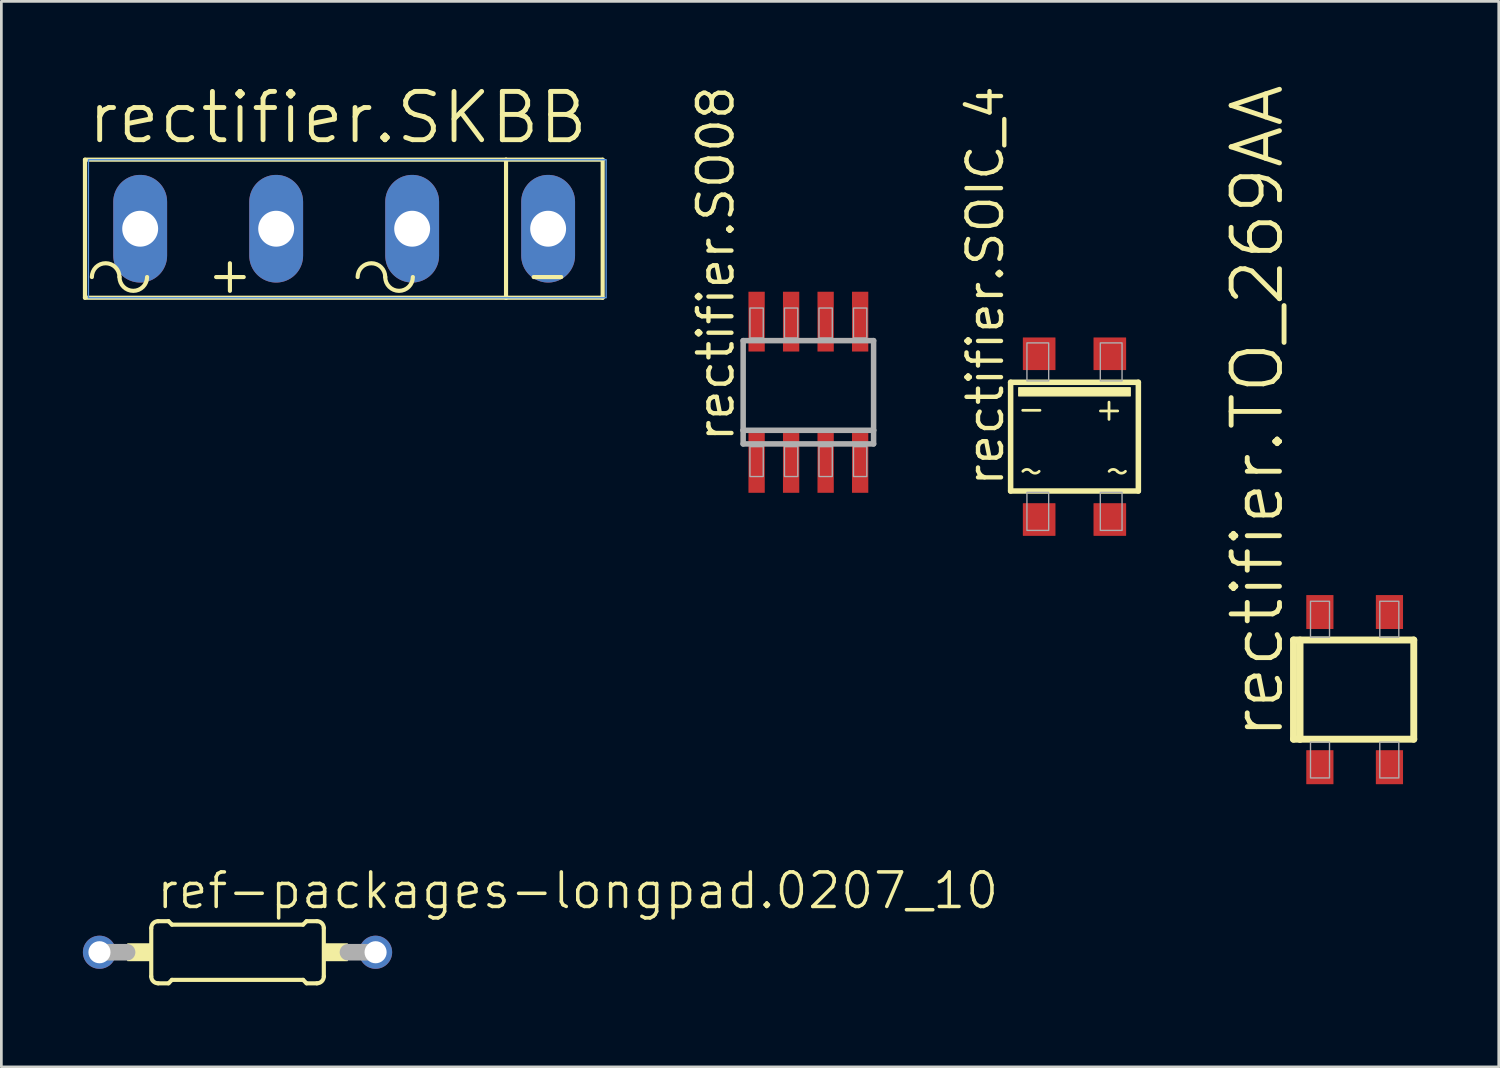
<source format=kicad_pcb>
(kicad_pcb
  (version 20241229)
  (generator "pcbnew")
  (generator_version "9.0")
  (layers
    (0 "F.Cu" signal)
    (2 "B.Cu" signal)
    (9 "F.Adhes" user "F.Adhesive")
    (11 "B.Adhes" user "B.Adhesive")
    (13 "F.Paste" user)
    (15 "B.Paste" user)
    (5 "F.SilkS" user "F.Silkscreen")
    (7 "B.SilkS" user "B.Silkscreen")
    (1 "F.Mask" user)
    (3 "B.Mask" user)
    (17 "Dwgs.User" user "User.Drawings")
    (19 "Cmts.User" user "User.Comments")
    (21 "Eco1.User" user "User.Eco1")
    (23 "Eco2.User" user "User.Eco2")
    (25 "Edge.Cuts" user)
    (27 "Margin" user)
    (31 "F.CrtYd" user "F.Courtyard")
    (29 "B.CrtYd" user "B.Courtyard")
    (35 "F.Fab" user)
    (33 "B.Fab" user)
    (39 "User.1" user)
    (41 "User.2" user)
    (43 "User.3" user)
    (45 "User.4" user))
  (footprint "rectifier.SO08"
    (layer "F.Cu")
    (at 26.695 11.384)
    (property "Reference" "rectifier.SO08" (at -2.667 1.905 90) (layer "F.SilkS") (effects (font (size 1.27 1.27) (thickness 0.16)) (justify left bottom)))
    (attr smd)
    (fp_line (start -2.4 -1.9) (end 2.4 -1.9) (stroke (width 0.203) (type default)) (layer "F.Fab"))
    (fp_line (start -2.4 1.4) (end -2.4 -1.9) (stroke (width 0.203) (type default)) (layer "F.Fab"))
    (fp_line (start -2.4 1.9) (end -2.4 1.4) (stroke (width 0.203) (type default)) (layer "F.Fab"))
    (fp_line (start 2.4 -1.9) (end 2.4 1.4) (stroke (width 0.203) (type default)) (layer "F.Fab"))
    (fp_line (start 2.4 1.4) (end -2.4 1.4) (stroke (width 0.203) (type default)) (layer "F.Fab"))
    (fp_line (start 2.4 1.4) (end 2.4 1.9) (stroke (width 0.203) (type default)) (layer "F.Fab"))
    (fp_line (start 2.4 1.9) (end -2.4 1.9) (stroke (width 0.203) (type default)) (layer "F.Fab"))
    (fp_rect (start -2.15 -2) (end -1.66 -3.1) (stroke (width 0.05) (type default)) (fill no) (layer "F.Fab"))
    (fp_rect (start -2.15 3.1) (end -1.66 2) (stroke (width 0.05) (type default)) (fill no) (layer "F.Fab"))
    (fp_rect (start -0.88 -2) (end -0.39 -3.1) (stroke (width 0.05) (type default)) (fill no) (layer "F.Fab"))
    (fp_rect (start -0.88 3.1) (end -0.39 2) (stroke (width 0.05) (type default)) (fill no) (layer "F.Fab"))
    (fp_rect (start 0.39 -2) (end 0.88 -3.1) (stroke (width 0.05) (type default)) (fill no) (layer "F.Fab"))
    (fp_rect (start 0.39 3.1) (end 0.88 2) (stroke (width 0.05) (type default)) (fill no) (layer "F.Fab"))
    (fp_rect (start 1.66 -2) (end 2.15 -3.1) (stroke (width 0.05) (type default)) (fill no) (layer "F.Fab"))
    (fp_rect (start 1.66 3.1) (end 2.15 2) (stroke (width 0.05) (type default)) (fill no) (layer "F.Fab"))
    (pad "1" smd roundrect (at -1.905 2.6) (size 0.6 2.2) (layers "F.Cu" "F.Mask" "F.Paste") (roundrect_rratio 0.01))
    (pad "2" smd roundrect (at -0.635 2.6) (size 0.6 2.2) (layers "F.Cu" "F.Mask" "F.Paste") (roundrect_rratio 0.01))
    (pad "3" smd roundrect (at 0.635 2.6) (size 0.6 2.2) (layers "F.Cu" "F.Mask" "F.Paste") (roundrect_rratio 0.01))
    (pad "4" smd roundrect (at 1.905 2.6) (size 0.6 2.2) (layers "F.Cu" "F.Mask" "F.Paste") (roundrect_rratio 0.01))
    (pad "5" smd roundrect (at 1.905 -2.6) (size 0.6 2.2) (layers "F.Cu" "F.Mask" "F.Paste") (roundrect_rratio 0.01))
    (pad "6" smd roundrect (at 0.635 -2.6) (size 0.6 2.2) (layers "F.Cu" "F.Mask" "F.Paste") (roundrect_rratio 0.01))
    (pad "7" smd roundrect (at -0.635 -2.6) (size 0.6 2.2) (layers "F.Cu" "F.Mask" "F.Paste") (roundrect_rratio 0.01))
    (pad "8" smd roundrect (at -1.905 -2.6) (size 0.6 2.2) (layers "F.Cu" "F.Mask" "F.Paste") (roundrect_rratio 0.01)))
  (footprint "rectifier.SOIC_4"
    (layer "F.Cu")
    (at 36.487 13.017)
    (property "Reference" "rectifier.SOIC_4" (at -2.54 1.905 90) (layer "F.SilkS") (effects (font (size 1.27 1.27) (thickness 0.16)) (justify left bottom)))
    (attr smd)
    (fp_line (start -2.35 -2) (end 2.35 -2) (stroke (width 0.203) (type default)) (layer "F.SilkS"))
    (fp_line (start -2.35 2) (end -2.35 -2) (stroke (width 0.203) (type default)) (layer "F.SilkS"))
    (fp_line (start -1.905 -0.97) (end -1.27 -0.97) (stroke (width 0.102) (type default)) (layer "F.SilkS"))
    (fp_line (start 0.955 -0.945) (end 1.59 -0.945) (stroke (width 0.102) (type default)) (layer "F.SilkS"))
    (fp_line (start 1.27 -1.27) (end 1.27 -0.635) (stroke (width 0.102) (type default)) (layer "F.SilkS"))
    (fp_line (start 2.35 -2) (end 2.35 2) (stroke (width 0.203) (type default)) (layer "F.SilkS"))
    (fp_line (start 2.35 2) (end -2.35 2) (stroke (width 0.203) (type default)) (layer "F.SilkS"))
    (fp_rect (start -2.05 -1.5) (end 2.05 -1.8) (stroke (width 0.05) (type default)) (fill yes) (layer "F.SilkS"))
    (fp_arc (start -1.9 1.275) (mid -1.75 1.205102) (end -1.6 1.275) (stroke (width 0.1016) (type default)) (layer "F.SilkS"))
    (fp_arc (start -1.3 1.275) (mid -1.45 1.344898) (end -1.6 1.275) (stroke (width 0.1016) (type default)) (layer "F.SilkS"))
    (fp_arc (start 1.275 1.275) (mid 1.425 1.205102) (end 1.575 1.275) (stroke (width 0.1016) (type default)) (layer "F.SilkS"))
    (fp_arc (start 1.875 1.275) (mid 1.725 1.344898) (end 1.575 1.275) (stroke (width 0.1016) (type default)) (layer "F.SilkS"))
    (fp_rect (start -1.75 -2.05) (end -0.95 -3.45) (stroke (width 0.05) (type default)) (fill no) (layer "F.Fab"))
    (fp_rect (start -1.75 3.45) (end -0.95 2.05) (stroke (width 0.05) (type default)) (fill no) (layer "F.Fab"))
    (fp_rect (start 0.95 -2.05) (end 1.75 -3.45) (stroke (width 0.05) (type default)) (fill no) (layer "F.Fab"))
    (fp_rect (start 0.95 3.45) (end 1.75 2.05) (stroke (width 0.05) (type default)) (fill no) (layer "F.Fab"))
    (pad "+" smd roundrect (at 1.3 -3.05) (size 1.2 1.2) (layers "F.Cu" "F.Mask" "F.Paste") (roundrect_rratio 0.01))
    (pad "-" smd roundrect (at -1.3 -3.05) (size 1.2 1.2) (layers "F.Cu" "F.Mask" "F.Paste") (roundrect_rratio 0.01))
    (pad "~1" smd roundrect (at -1.3 3.05 180) (size 1.2 1.2) (layers "F.Cu" "F.Mask" "F.Paste") (roundrect_rratio 0.01))
    (pad "~2" smd roundrect (at 1.3 3.05 180) (size 1.2 1.2) (layers "F.Cu" "F.Mask" "F.Paste") (roundrect_rratio 0.01)))
  (footprint "rectifier.SKBB"
    (layer "F.Cu")
    (at 9.728 5.366)
    (property "Reference" "rectifier.SKBB" (at -9.652 -3.048 0) (layer "F.SilkS") (effects (font (size 1.778 1.778) (thickness 0.18)) (justify left bottom)))
    (attr through_hole)
    (fp_line (start -9.652 -2.54) (end -9.652 2.54) (stroke (width 0.152) (type default)) (layer "F.SilkS"))
    (fp_line (start -9.652 2.54) (end 5.842 2.54) (stroke (width 0.152) (type default)) (layer "F.SilkS"))
    (fp_line (start -4.826 1.778) (end -3.81 1.778) (stroke (width 0.152) (type default)) (layer "F.SilkS"))
    (fp_line (start -4.318 2.286) (end -4.318 1.27) (stroke (width 0.152) (type default)) (layer "F.SilkS"))
    (fp_line (start 5.842 -2.54) (end -9.652 -2.54) (stroke (width 0.152) (type default)) (layer "F.SilkS"))
    (fp_line (start 5.842 -2.54) (end 5.842 2.54) (stroke (width 0.152) (type default)) (layer "F.SilkS"))
    (fp_line (start 5.842 2.54) (end 9.398 2.54) (stroke (width 0.152) (type default)) (layer "F.SilkS"))
    (fp_line (start 6.858 1.778) (end 7.874 1.778) (stroke (width 0.152) (type default)) (layer "F.SilkS"))
    (fp_line (start 9.398 -2.54) (end 5.842 -2.54) (stroke (width 0.152) (type default)) (layer "F.SilkS"))
    (fp_line (start 9.398 -2.54) (end 9.398 2.54) (stroke (width 0.152) (type default)) (layer "F.SilkS"))
    (fp_arc (start -9.398 1.778) (mid -8.89 1.27) (end -8.382 1.778) (stroke (width 0.1524) (type default)) (layer "F.SilkS"))
    (fp_arc (start -7.366 1.778) (mid -7.874 2.286) (end -8.382 1.778) (stroke (width 0.1524) (type default)) (layer "F.SilkS"))
    (fp_arc (start 0.381 1.778) (mid 0.889 1.27) (end 1.397 1.778) (stroke (width 0.1524) (type default)) (layer "F.SilkS"))
    (fp_arc (start 2.413 1.778) (mid 1.905 2.286) (end 1.397 1.778) (stroke (width 0.1524) (type default)) (layer "F.SilkS"))
    (fp_rect (start -9.525 2.54) (end 9.525 -2.54) (stroke (width 0.05) (type default)) (fill no) (layer "Cmts.User"))
    (pad "+" thru_hole oval (at -2.616 0 90) (size 3.962 1.981) (drill 1.321) (layers "*.Cu" "*.Mask"))
    (pad "-" thru_hole oval (at 7.391 0 90) (size 3.962 1.981) (drill 1.321) (layers "*.Cu" "*.Mask"))
    (pad "AC1" thru_hole oval (at -7.62 0 90) (size 3.962 1.981) (drill 1.321) (layers "*.Cu" "*.Mask"))
    (pad "AC2" thru_hole oval (at 2.388 0 90) (size 3.962 1.981) (drill 1.321) (layers "*.Cu" "*.Mask")))
  (footprint "ref-packages-longpad.0207_10"
    (layer "F.Cu")
    (at 5.69 31.989)
    (property "Reference" "ref-packages-longpad.0207_10" (at -3.048 -1.524 0) (layer "F.SilkS") (effects (font (size 1.27 1.27) (thickness 0.13)) (justify left bottom)))
    (attr through_hole)
    (fp_line (start -3.175 0.889) (end -3.175 -0.889) (stroke (width 0.152) (type default)) (layer "F.SilkS"))
    (fp_line (start -2.921 -1.143) (end -2.54 -1.143) (stroke (width 0.152) (type default)) (layer "F.SilkS"))
    (fp_line (start -2.921 1.143) (end -2.54 1.143) (stroke (width 0.152) (type default)) (layer "F.SilkS"))
    (fp_line (start -2.413 -1.016) (end -2.54 -1.143) (stroke (width 0.152) (type default)) (layer "F.SilkS"))
    (fp_line (start -2.413 1.016) (end -2.54 1.143) (stroke (width 0.152) (type default)) (layer "F.SilkS"))
    (fp_line (start 2.413 -1.016) (end -2.413 -1.016) (stroke (width 0.152) (type default)) (layer "F.SilkS"))
    (fp_line (start 2.413 -1.016) (end 2.54 -1.143) (stroke (width 0.152) (type default)) (layer "F.SilkS"))
    (fp_line (start 2.413 1.016) (end -2.413 1.016) (stroke (width 0.152) (type default)) (layer "F.SilkS"))
    (fp_line (start 2.413 1.016) (end 2.54 1.143) (stroke (width 0.152) (type default)) (layer "F.SilkS"))
    (fp_line (start 2.921 -1.143) (end 2.54 -1.143) (stroke (width 0.152) (type default)) (layer "F.SilkS"))
    (fp_line (start 2.921 1.143) (end 2.54 1.143) (stroke (width 0.152) (type default)) (layer "F.SilkS"))
    (fp_line (start 3.175 0.889) (end 3.175 -0.889) (stroke (width 0.152) (type default)) (layer "F.SilkS"))
    (fp_rect (start -4.039 0.305) (end -3.175 -0.305) (stroke (width 0.05) (type default)) (fill yes) (layer "F.SilkS"))
    (fp_rect (start 3.175 0.305) (end 4.039 -0.305) (stroke (width 0.05) (type default)) (fill yes) (layer "F.SilkS"))
    (fp_arc (start -3.175 -0.889) (mid -3.100605 -1.068605) (end -2.921 -1.143) (stroke (width 0.1524) (type default)) (layer "F.SilkS"))
    (fp_arc (start -2.921 1.143) (mid -3.100605 1.068605) (end -3.175 0.889) (stroke (width 0.1524) (type default)) (layer "F.SilkS"))
    (fp_arc (start 2.921 -1.143) (mid 3.100605 -1.068605) (end 3.175 -0.889) (stroke (width 0.1524) (type default)) (layer "F.SilkS"))
    (fp_arc (start 3.175 0.889) (mid 3.100605 1.068605) (end 2.921 1.143) (stroke (width 0.1524) (type default)) (layer "F.SilkS"))
    (fp_line (start -5.08 0) (end -4.064 0) (stroke (width 0.61) (type default)) (layer "F.Fab"))
    (fp_line (start 5.08 0) (end 4.064 0) (stroke (width 0.61) (type default)) (layer "F.Fab"))
    (pad "1" thru_hole circle (at -5.08 0) (size 1.219 1.219) (drill 0.813) (layers "*.Cu" "*.Mask"))
    (pad "2" thru_hole circle (at 5.08 0) (size 1.219 1.219) (drill 0.813) (layers "*.Cu" "*.Mask")))
  (footprint "rectifier.TO_269AA"
    (layer "F.Cu")
    (at 46.796 22.325)
    (property "Reference" "rectifier.TO_269AA" (at -2.54 1.905 90) (layer "F.SilkS") (effects (font (size 1.778 1.778) (thickness 0.18)) (justify left bottom)))
    (attr smd)
    (fp_line (start -2.25 -1.825) (end 2.175 -1.825) (stroke (width 0.254) (type default)) (layer "F.SilkS"))
    (fp_line (start -2.25 1.825) (end -2.25 -1.825) (stroke (width 0.254) (type default)) (layer "F.SilkS"))
    (fp_line (start -2.01 1.825) (end -2.25 1.825) (stroke (width 0.254) (type default)) (layer "F.SilkS"))
    (fp_line (start -2.01 1.825) (end -2.01 -1.825) (stroke (width 0.254) (type default)) (layer "F.SilkS"))
    (fp_line (start 2.175 -1.825) (end 2.175 1.825) (stroke (width 0.254) (type default)) (layer "F.SilkS"))
    (fp_line (start 2.175 1.825) (end -2.01 1.825) (stroke (width 0.254) (type default)) (layer "F.SilkS"))
    (fp_rect (start -1.625 -1.93) (end -0.925 -3.25) (stroke (width 0.05) (type default)) (fill no) (layer "F.Fab"))
    (fp_rect (start -1.625 3.25) (end -0.925 1.93) (stroke (width 0.05) (type default)) (fill no) (layer "F.Fab"))
    (fp_rect (start 0.925 -1.93) (end 1.625 -3.25) (stroke (width 0.05) (type default)) (fill no) (layer "F.Fab"))
    (fp_rect (start 0.925 3.25) (end 1.625 1.93) (stroke (width 0.05) (type default)) (fill no) (layer "F.Fab"))
    (pad "+" smd roundrect (at -1.28 2.855) (size 1 1.25) (layers "F.Cu" "F.Mask" "F.Paste") (roundrect_rratio 0.01))
    (pad "-" smd roundrect (at 1.28 2.855) (size 1 1.25) (layers "F.Cu" "F.Mask" "F.Paste") (roundrect_rratio 0.01))
    (pad "AC1" smd roundrect (at -1.28 -2.855 180) (size 1 1.25) (layers "F.Cu" "F.Mask" "F.Paste") (roundrect_rratio 0.01))
    (pad "AC2" smd roundrect (at 1.28 -2.855 180) (size 1 1.25) (layers "F.Cu" "F.Mask" "F.Paste") (roundrect_rratio 0.01)))
  (gr_rect
    (start -3 -3)
    (end 52.098 36.208)
    (stroke (width 0.1) (type default))
    (fill no)
    (layer "Edge.Cuts")))
</source>
